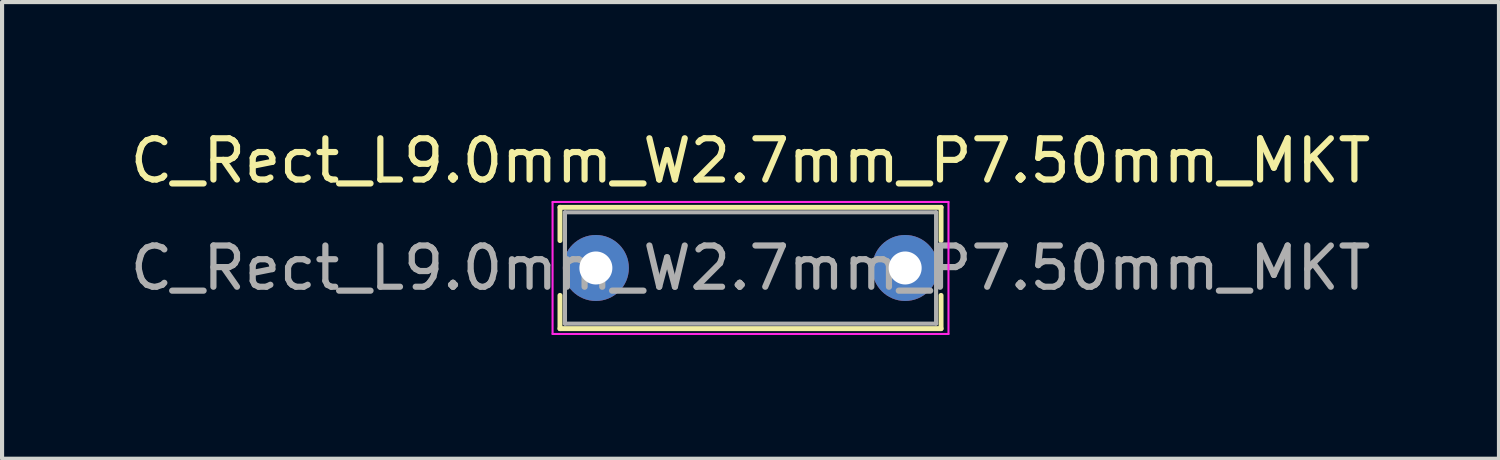
<source format=kicad_pcb>
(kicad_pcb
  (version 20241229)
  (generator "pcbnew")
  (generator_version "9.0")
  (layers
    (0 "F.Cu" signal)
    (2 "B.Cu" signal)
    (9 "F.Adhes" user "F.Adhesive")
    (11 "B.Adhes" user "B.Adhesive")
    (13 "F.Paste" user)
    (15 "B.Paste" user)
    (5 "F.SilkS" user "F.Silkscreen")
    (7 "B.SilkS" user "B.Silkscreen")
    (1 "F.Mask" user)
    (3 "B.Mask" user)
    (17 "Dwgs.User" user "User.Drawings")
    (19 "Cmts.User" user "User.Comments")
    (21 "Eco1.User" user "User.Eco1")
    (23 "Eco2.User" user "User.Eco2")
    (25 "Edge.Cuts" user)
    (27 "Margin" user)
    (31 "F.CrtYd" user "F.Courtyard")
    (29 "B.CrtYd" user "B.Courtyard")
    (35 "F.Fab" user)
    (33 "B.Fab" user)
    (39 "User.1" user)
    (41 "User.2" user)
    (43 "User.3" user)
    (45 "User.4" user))
  (footprint "C_Rect_L9.0mm_W2.7mm_P7.50mm_MKT"
    (layer "F.Cu")
    (at 11.399 3.448)
    (property "Reference" "C_Rect_L9.0mm_W2.7mm_P7.50mm_MKT" (at 3.75 -2.6 0) (layer "F.SilkS") (effects (font (size 1 1) (thickness 0.15))))
    (attr through_hole)
    (fp_line (start -0.87 -1.471) (end -0.87 -0.665) (stroke (width 0.12) (type solid)) (layer "F.SilkS"))
    (fp_line (start -0.87 -1.471) (end 8.37 -1.471) (stroke (width 0.12) (type solid)) (layer "F.SilkS"))
    (fp_line (start -0.87 0.665) (end -0.87 1.471) (stroke (width 0.12) (type solid)) (layer "F.SilkS"))
    (fp_line (start -0.87 1.471) (end 8.37 1.471) (stroke (width 0.12) (type solid)) (layer "F.SilkS"))
    (fp_line (start 8.37 -1.471) (end 8.37 -0.665) (stroke (width 0.12) (type solid)) (layer "F.SilkS"))
    (fp_line (start 8.37 0.665) (end 8.37 1.471) (stroke (width 0.12) (type solid)) (layer "F.SilkS"))
    (fp_line (start -1.05 -1.6) (end -1.05 1.6) (stroke (width 0.05) (type solid)) (layer "F.CrtYd"))
    (fp_line (start -1.05 1.6) (end 8.55 1.6) (stroke (width 0.05) (type solid)) (layer "F.CrtYd"))
    (fp_line (start 8.55 -1.6) (end -1.05 -1.6) (stroke (width 0.05) (type solid)) (layer "F.CrtYd"))
    (fp_line (start 8.55 1.6) (end 8.55 -1.6) (stroke (width 0.05) (type solid)) (layer "F.CrtYd"))
    (fp_line (start -0.75 -1.35) (end -0.75 1.35) (stroke (width 0.1) (type solid)) (layer "F.Fab"))
    (fp_line (start -0.75 1.35) (end 8.25 1.35) (stroke (width 0.1) (type solid)) (layer "F.Fab"))
    (fp_line (start 8.25 -1.35) (end -0.75 -1.35) (stroke (width 0.1) (type solid)) (layer "F.Fab"))
    (fp_line (start 8.25 1.35) (end 8.25 -1.35) (stroke (width 0.1) (type solid)) (layer "F.Fab"))
    (fp_text user "${REFERENCE}" (at 3.75 0 0) (layer "F.Fab") (effects (font (size 1 1) (thickness 0.15))))
    (pad "1" thru_hole circle (at 0 0) (size 1.6 1.6) (drill 0.8) (layers "*.Cu" "*.Mask"))
    (pad "2" thru_hole circle (at 7.5 0) (size 1.6 1.6) (drill 0.8) (layers "*.Cu" "*.Mask")))
  (gr_rect
    (start -3 -3)
    (end 33.298 8.073)
    (stroke (width 0.1) (type default))
    (fill no)
    (layer "Edge.Cuts")))
</source>
